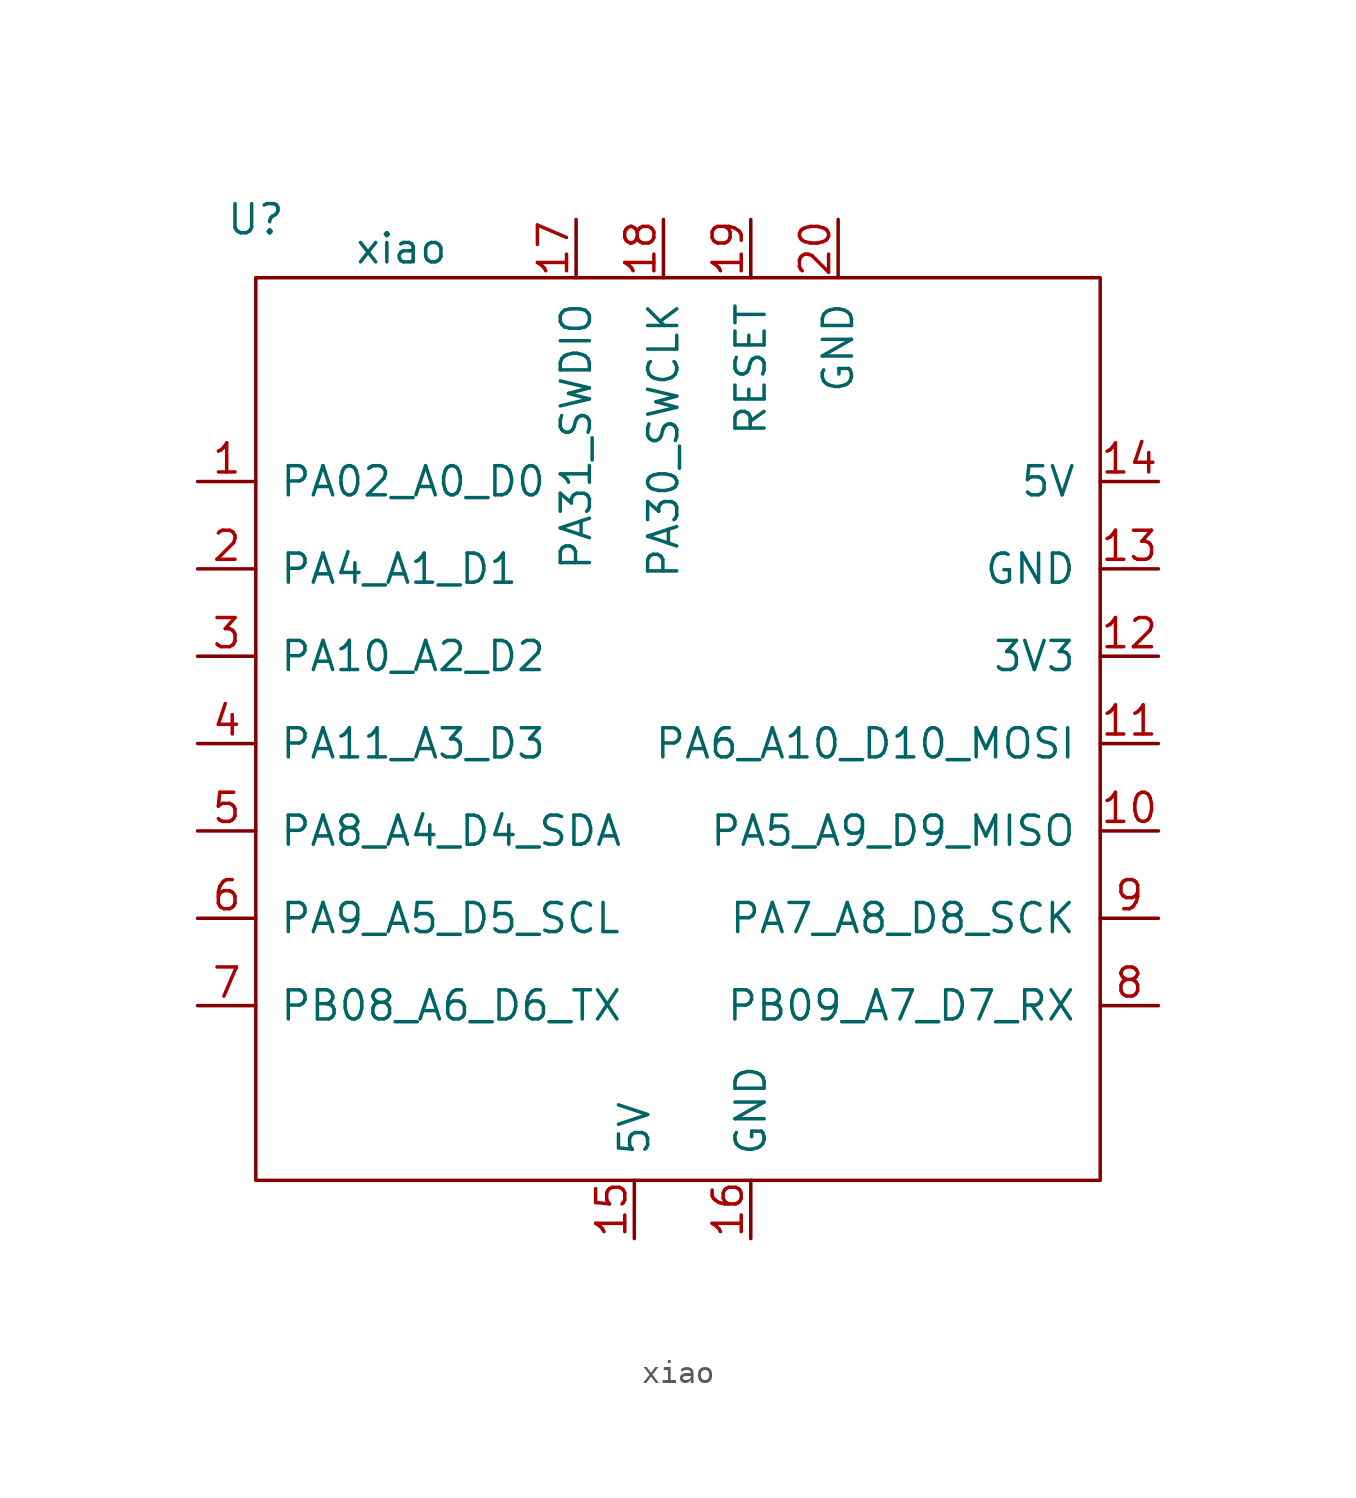
<source format=kicad_sym>
(kicad_symbol_lib
  (version 20211014)
  (generator kicad_symbol_editor)
  (symbol "xiao"
    (pin_names
      (offset 1.016))
    (property "Reference" "U"
      (at -19.05 22.86 0)
      (effects (font (size 1.27 1.27))))
    (property "Value" "xiao"
      (at -12.7 21.59 0)
      (effects (font (size 1.27 1.27))))
    (symbol "xiao_0_1"
      (rectangle (start -19.05 20.32) (end 17.78 -19.05) (stroke (width 0) (type default) (color 0 0 0 0)) (fill (type none))))
    (symbol "xiao_1_1"
      (pin unspecified line (at -21.59 11.43 0) (length 2.54) (name "PA02_A0_D0" (effects (font (size 1.27 1.27)))) (number "1" (effects (font (size 1.27 1.27)))))
      (pin unspecified line (at 20.32 -3.81 180) (length 2.54) (name "PA5_A9_D9_MISO" (effects (font (size 1.27 1.27)))) (number "10" (effects (font (size 1.27 1.27)))))
      (pin unspecified line (at 20.32 0 180) (length 2.54) (name "PA6_A10_D10_MOSI" (effects (font (size 1.27 1.27)))) (number "11" (effects (font (size 1.27 1.27)))))
      (pin unspecified line (at 20.32 3.81 180) (length 2.54) (name "3V3" (effects (font (size 1.27 1.27)))) (number "12" (effects (font (size 1.27 1.27)))))
      (pin unspecified line (at 20.32 7.62 180) (length 2.54) (name "GND" (effects (font (size 1.27 1.27)))) (number "13" (effects (font (size 1.27 1.27)))))
      (pin unspecified line (at 20.32 11.43 180) (length 2.54) (name "5V" (effects (font (size 1.27 1.27)))) (number "14" (effects (font (size 1.27 1.27)))))
      (pin input line (at -2.54 -21.59 90) (length 2.54) (name "5V" (effects (font (size 1.27 1.27)))) (number "15" (effects (font (size 1.27 1.27)))))
      (pin input line (at 2.54 -21.59 90) (length 2.54) (name "GND" (effects (font (size 1.27 1.27)))) (number "16" (effects (font (size 1.27 1.27)))))
      (pin input line (at -5.08 22.86 270) (length 2.54) (name "PA31_SWDIO" (effects (font (size 1.27 1.27)))) (number "17" (effects (font (size 1.27 1.27)))))
      (pin input line (at -1.27 22.86 270) (length 2.54) (name "PA30_SWCLK" (effects (font (size 1.27 1.27)))) (number "18" (effects (font (size 1.27 1.27)))))
      (pin input line (at 2.54 22.86 270) (length 2.54) (name "RESET" (effects (font (size 1.27 1.27)))) (number "19" (effects (font (size 1.27 1.27)))))
      (pin unspecified line (at -21.59 7.62 0) (length 2.54) (name "PA4_A1_D1" (effects (font (size 1.27 1.27)))) (number "2" (effects (font (size 1.27 1.27)))))
      (pin input line (at 6.35 22.86 270) (length 2.54) (name "GND" (effects (font (size 1.27 1.27)))) (number "20" (effects (font (size 1.27 1.27)))))
      (pin unspecified line (at -21.59 3.81 0) (length 2.54) (name "PA10_A2_D2" (effects (font (size 1.27 1.27)))) (number "3" (effects (font (size 1.27 1.27)))))
      (pin unspecified line (at -21.59 0 0) (length 2.54) (name "PA11_A3_D3" (effects (font (size 1.27 1.27)))) (number "4" (effects (font (size 1.27 1.27)))))
      (pin unspecified line (at -21.59 -3.81 0) (length 2.54) (name "PA8_A4_D4_SDA" (effects (font (size 1.27 1.27)))) (number "5" (effects (font (size 1.27 1.27)))))
      (pin unspecified line (at -21.59 -7.62 0) (length 2.54) (name "PA9_A5_D5_SCL" (effects (font (size 1.27 1.27)))) (number "6" (effects (font (size 1.27 1.27)))))
      (pin unspecified line (at -21.59 -11.43 0) (length 2.54) (name "PB08_A6_D6_TX" (effects (font (size 1.27 1.27)))) (number "7" (effects (font (size 1.27 1.27)))))
      (pin unspecified line (at 20.32 -11.43 180) (length 2.54) (name "PB09_A7_D7_RX" (effects (font (size 1.27 1.27)))) (number "8" (effects (font (size 1.27 1.27)))))
      (pin unspecified line (at 20.32 -7.62 180) (length 2.54) (name "PA7_A8_D8_SCK" (effects (font (size 1.27 1.27)))) (number "9" (effects (font (size 1.27 1.27))))))))
</source>
